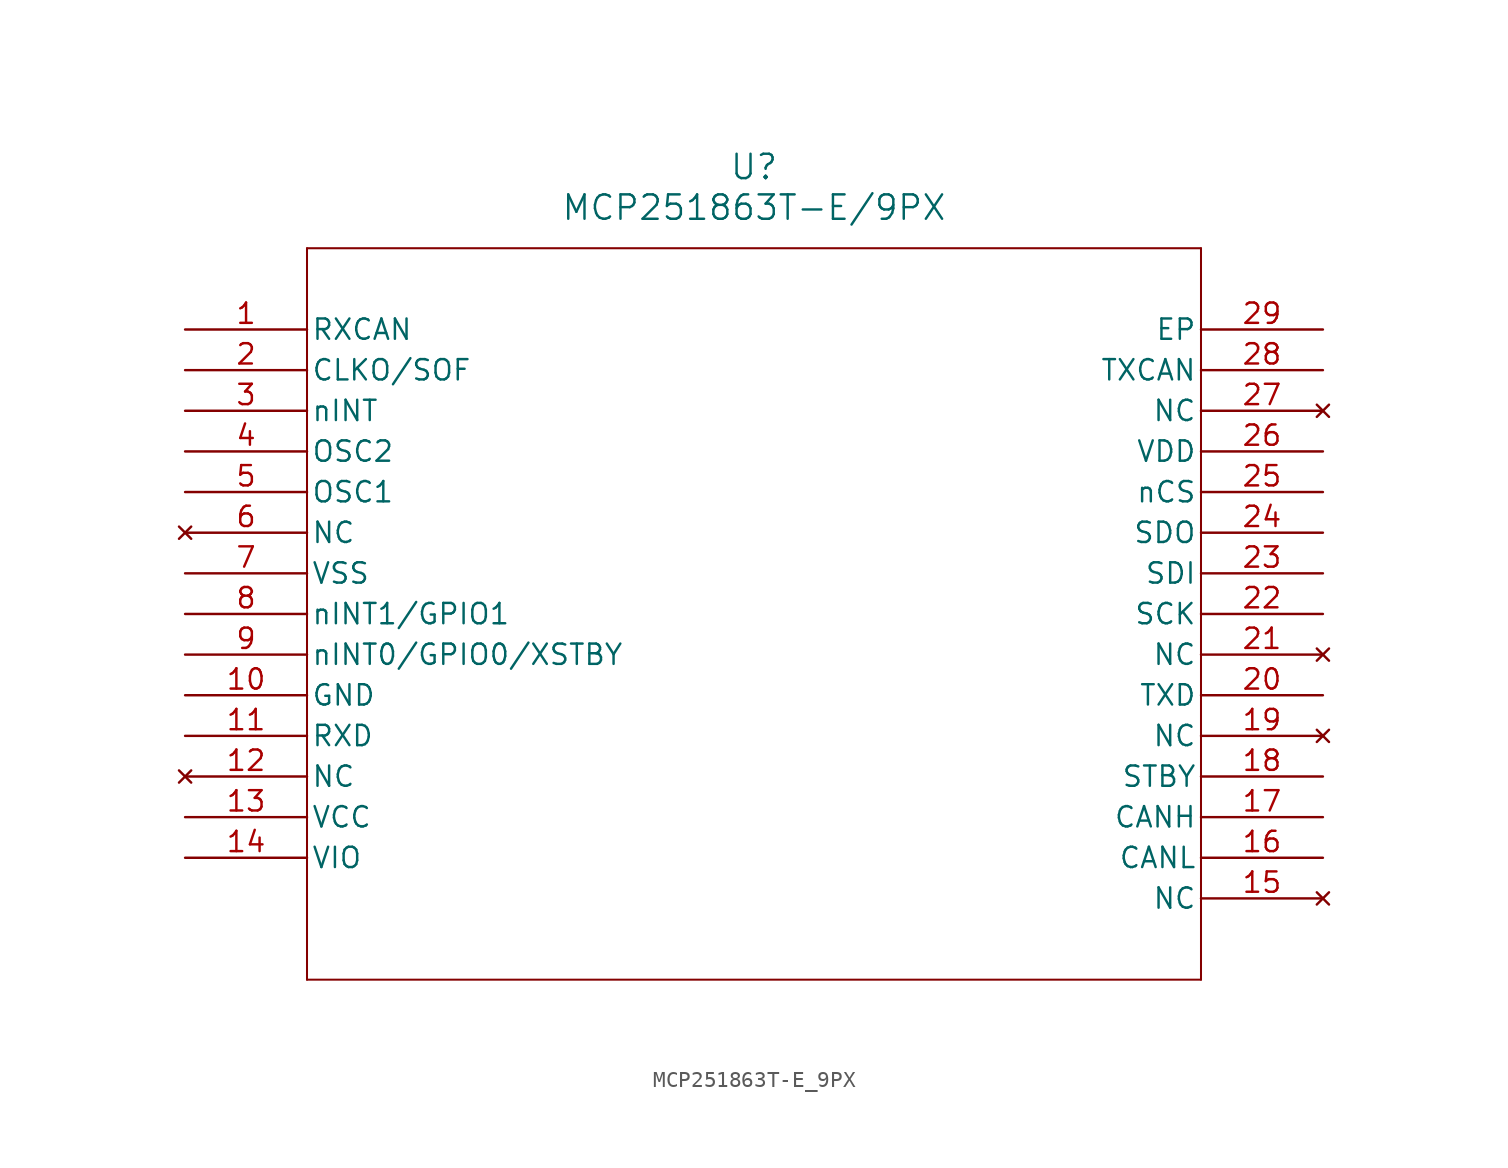
<source format=kicad_sym>
(kicad_symbol_lib
  (version 20211014)
  (generator kicad_symbol_editor)
  (symbol "MCP251863T-E_9PX"
    (pin_names
      (offset 0.254))
    (property "Reference" "U"
      (at 35.56 10.16 0)
      (effects (font (size 1.524 1.524))))
    (property "Value" "MCP251863T-E/9PX"
      (at 35.56 7.62 0)
      (effects (font (size 1.524 1.524))))
    (symbol "MCP251863T-E_9PX_0_1"
      (polyline (pts (xy 7.62 5.08) (xy 7.62 -40.64)) (stroke (width 0.127) (type default) (color 0 0 0 0)) (fill (type none)))
      (polyline (pts (xy 7.62 -40.64) (xy 63.5 -40.64)) (stroke (width 0.127) (type default) (color 0 0 0 0)) (fill (type none)))
      (polyline (pts (xy 63.5 -40.64) (xy 63.5 5.08)) (stroke (width 0.127) (type default) (color 0 0 0 0)) (fill (type none)))
      (polyline (pts (xy 63.5 5.08) (xy 7.62 5.08)) (stroke (width 0.127) (type default) (color 0 0 0 0)) (fill (type none)))
      (pin input line (at 0 0 0) (length 7.62) (name "RXCAN" (effects (font (size 1.27 1.27)))) (number "1" (effects (font (size 1.27 1.27)))))
      (pin output line (at 0 -2.54 0) (length 7.62) (name "CLKO/SOF" (effects (font (size 1.27 1.27)))) (number "2" (effects (font (size 1.27 1.27)))))
      (pin output line (at 0 -5.08 0) (length 7.62) (name "nINT" (effects (font (size 1.27 1.27)))) (number "3" (effects (font (size 1.27 1.27)))))
      (pin output line (at 0 -7.62 0) (length 7.62) (name "OSC2" (effects (font (size 1.27 1.27)))) (number "4" (effects (font (size 1.27 1.27)))))
      (pin input line (at 0 -10.16 0) (length 7.62) (name "OSC1" (effects (font (size 1.27 1.27)))) (number "5" (effects (font (size 1.27 1.27)))))
      (pin no_connect line (at 0 -12.7 0) (length 7.62) (name "NC" (effects (font (size 1.27 1.27)))) (number "6" (effects (font (size 1.27 1.27)))))
      (pin power_out line (at 0 -15.24 0) (length 7.62) (name "VSS" (effects (font (size 1.27 1.27)))) (number "7" (effects (font (size 1.27 1.27)))))
      (pin bidirectional line (at 0 -17.78 0) (length 7.62) (name "nINT1/GPIO1" (effects (font (size 1.27 1.27)))) (number "8" (effects (font (size 1.27 1.27)))))
      (pin bidirectional line (at 0 -20.32 0) (length 7.62) (name "nINT0/GPIO0/XSTBY" (effects (font (size 1.27 1.27)))) (number "9" (effects (font (size 1.27 1.27)))))
      (pin power_out line (at 0 -22.86 0) (length 7.62) (name "GND" (effects (font (size 1.27 1.27)))) (number "10" (effects (font (size 1.27 1.27)))))
      (pin output line (at 0 -25.4 0) (length 7.62) (name "RXD" (effects (font (size 1.27 1.27)))) (number "11" (effects (font (size 1.27 1.27)))))
      (pin no_connect line (at 0 -27.94 0) (length 7.62) (name "NC" (effects (font (size 1.27 1.27)))) (number "12" (effects (font (size 1.27 1.27)))))
      (pin power_in line (at 0 -30.48 0) (length 7.62) (name "VCC" (effects (font (size 1.27 1.27)))) (number "13" (effects (font (size 1.27 1.27)))))
      (pin power_in line (at 0 -33.02 0) (length 7.62) (name "VIO" (effects (font (size 1.27 1.27)))) (number "14" (effects (font (size 1.27 1.27)))))
      (pin no_connect line (at 71.12 -35.56 180) (length 7.62) (name "NC" (effects (font (size 1.27 1.27)))) (number "15" (effects (font (size 1.27 1.27)))))
      (pin bidirectional line (at 71.12 -33.02 180) (length 7.62) (name "CANL" (effects (font (size 1.27 1.27)))) (number "16" (effects (font (size 1.27 1.27)))))
      (pin bidirectional line (at 71.12 -30.48 180) (length 7.62) (name "CANH" (effects (font (size 1.27 1.27)))) (number "17" (effects (font (size 1.27 1.27)))))
      (pin input line (at 71.12 -27.94 180) (length 7.62) (name "STBY" (effects (font (size 1.27 1.27)))) (number "18" (effects (font (size 1.27 1.27)))))
      (pin no_connect line (at 71.12 -25.4 180) (length 7.62) (name "NC" (effects (font (size 1.27 1.27)))) (number "19" (effects (font (size 1.27 1.27)))))
      (pin input line (at 71.12 -22.86 180) (length 7.62) (name "TXD" (effects (font (size 1.27 1.27)))) (number "20" (effects (font (size 1.27 1.27)))))
      (pin no_connect line (at 71.12 -20.32 180) (length 7.62) (name "NC" (effects (font (size 1.27 1.27)))) (number "21" (effects (font (size 1.27 1.27)))))
      (pin input line (at 71.12 -17.78 180) (length 7.62) (name "SCK" (effects (font (size 1.27 1.27)))) (number "22" (effects (font (size 1.27 1.27)))))
      (pin input line (at 71.12 -15.24 180) (length 7.62) (name "SDI" (effects (font (size 1.27 1.27)))) (number "23" (effects (font (size 1.27 1.27)))))
      (pin output line (at 71.12 -12.7 180) (length 7.62) (name "SDO" (effects (font (size 1.27 1.27)))) (number "24" (effects (font (size 1.27 1.27)))))
      (pin input line (at 71.12 -10.16 180) (length 7.62) (name "nCS" (effects (font (size 1.27 1.27)))) (number "25" (effects (font (size 1.27 1.27)))))
      (pin power_in line (at 71.12 -7.62 180) (length 7.62) (name "VDD" (effects (font (size 1.27 1.27)))) (number "26" (effects (font (size 1.27 1.27)))))
      (pin no_connect line (at 71.12 -5.08 180) (length 7.62) (name "NC" (effects (font (size 1.27 1.27)))) (number "27" (effects (font (size 1.27 1.27)))))
      (pin output line (at 71.12 -2.54 180) (length 7.62) (name "TXCAN" (effects (font (size 1.27 1.27)))) (number "28" (effects (font (size 1.27 1.27)))))
      (pin power_out line (at 71.12 0 180) (length 7.62) (name "EP" (effects (font (size 1.27 1.27)))) (number "29" (effects (font (size 1.27 1.27))))))))
</source>
